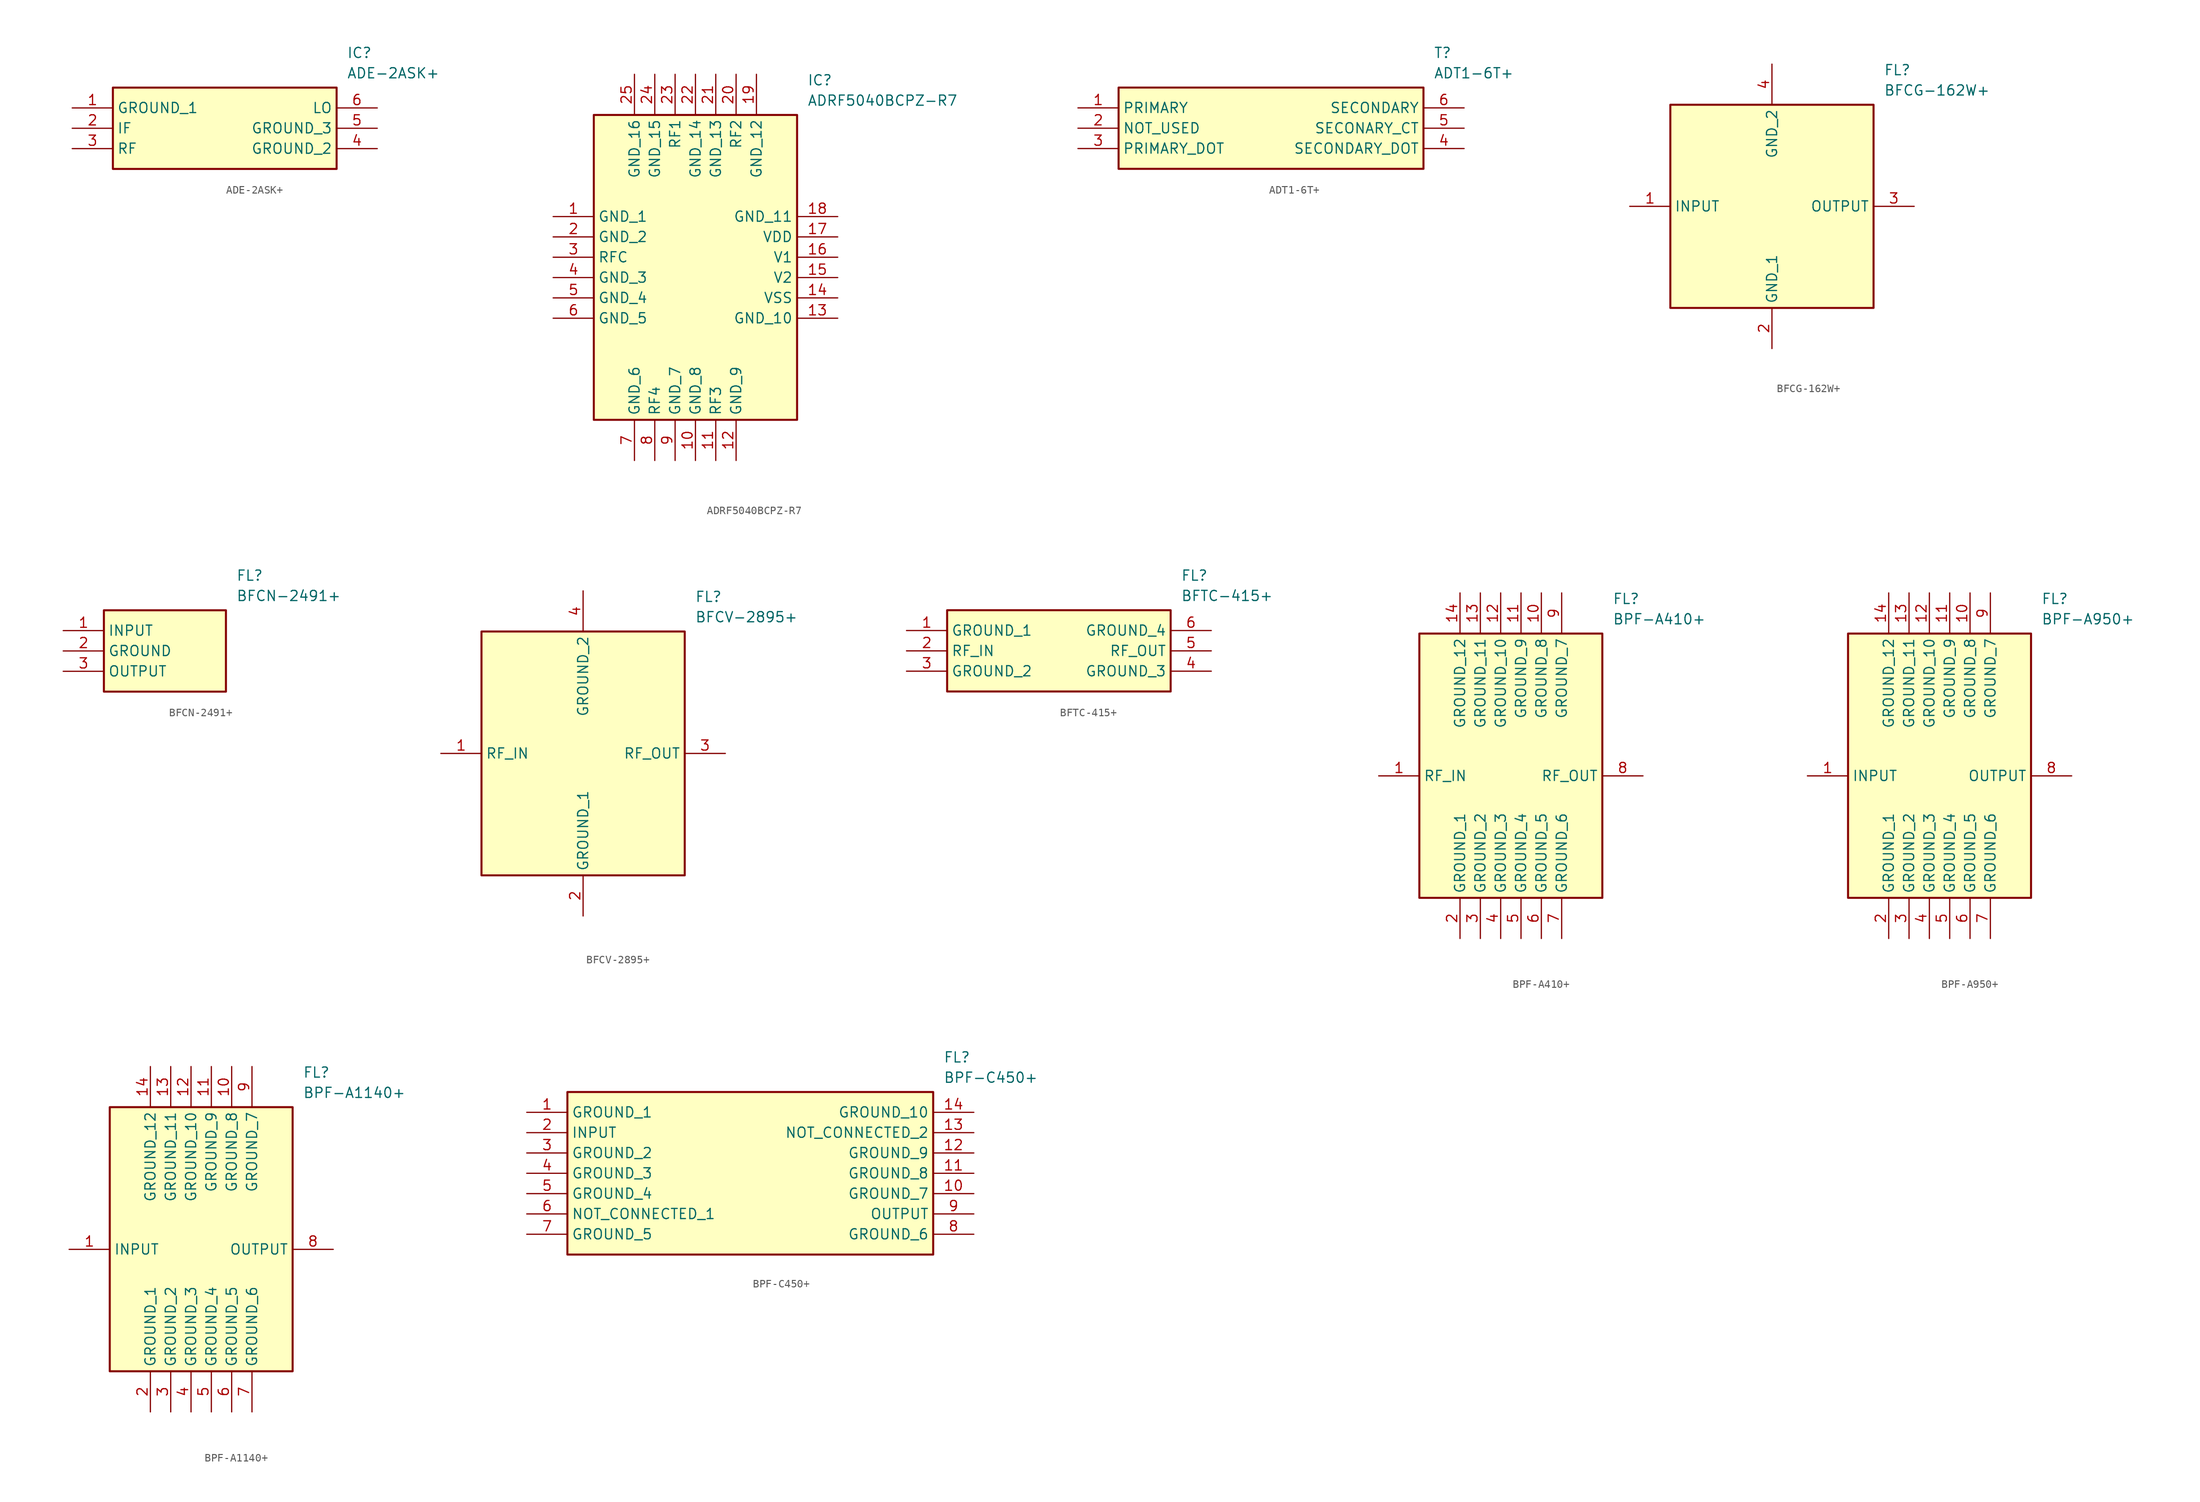
<source format=kicad_sym>
(kicad_symbol_lib
  (version 20220914)
  (generator kicad_symbol_editor)
  (symbol "ADE-2ASK+"
    (property "Reference" "IC"
      (at 34.29 7.62 0)
      (effects (font (size 1.27 1.27)) (justify left top)))
    (property "Value" "ADE-2ASK+"
      (at 34.29 5.08 0)
      (effects (font (size 1.27 1.27)) (justify left top)))
    (symbol "ADE-2ASK+_1_1"
      (rectangle (start 5.08 2.54) (end 33.02 -7.62) (stroke (width 0.254) (type default)) (fill (type background)))
      (pin passive line (at 0 0 0) (length 5.08) (name "GROUND_1" (effects (font (size 1.27 1.27)))) (number "1" (effects (font (size 1.27 1.27)))))
      (pin passive line (at 0 -2.54 0) (length 5.08) (name "IF" (effects (font (size 1.27 1.27)))) (number "2" (effects (font (size 1.27 1.27)))))
      (pin passive line (at 0 -5.08 0) (length 5.08) (name "RF" (effects (font (size 1.27 1.27)))) (number "3" (effects (font (size 1.27 1.27)))))
      (pin passive line (at 38.1 -5.08 180) (length 5.08) (name "GROUND_2" (effects (font (size 1.27 1.27)))) (number "4" (effects (font (size 1.27 1.27)))))
      (pin passive line (at 38.1 -2.54 180) (length 5.08) (name "GROUND_3" (effects (font (size 1.27 1.27)))) (number "5" (effects (font (size 1.27 1.27)))))
      (pin passive line (at 38.1 0 180) (length 5.08) (name "LO" (effects (font (size 1.27 1.27)))) (number "6" (effects (font (size 1.27 1.27)))))))
  (symbol "ADRF5040BCPZ-R7"
    (property "Reference" "IC"
      (at 31.75 17.78 0)
      (effects (font (size 1.27 1.27)) (justify left top)))
    (property "Value" "ADRF5040BCPZ-R7"
      (at 31.75 15.24 0)
      (effects (font (size 1.27 1.27)) (justify left top)))
    (symbol "ADRF5040BCPZ-R7_1_1"
      (rectangle (start 5.08 12.7) (end 30.48 -25.4) (stroke (width 0.254) (type default)) (fill (type background)))
      (pin passive line (at 0 0 0) (length 5.08) (name "GND_1" (effects (font (size 1.27 1.27)))) (number "1" (effects (font (size 1.27 1.27)))))
      (pin passive line (at 17.78 -30.48 90) (length 5.08) (name "GND_8" (effects (font (size 1.27 1.27)))) (number "10" (effects (font (size 1.27 1.27)))))
      (pin passive line (at 20.32 -30.48 90) (length 5.08) (name "RF3" (effects (font (size 1.27 1.27)))) (number "11" (effects (font (size 1.27 1.27)))))
      (pin passive line (at 22.86 -30.48 90) (length 5.08) (name "GND_9" (effects (font (size 1.27 1.27)))) (number "12" (effects (font (size 1.27 1.27)))))
      (pin passive line (at 35.56 -12.7 180) (length 5.08) (name "GND_10" (effects (font (size 1.27 1.27)))) (number "13" (effects (font (size 1.27 1.27)))))
      (pin passive line (at 35.56 -10.16 180) (length 5.08) (name "VSS" (effects (font (size 1.27 1.27)))) (number "14" (effects (font (size 1.27 1.27)))))
      (pin passive line (at 35.56 -7.62 180) (length 5.08) (name "V2" (effects (font (size 1.27 1.27)))) (number "15" (effects (font (size 1.27 1.27)))))
      (pin passive line (at 35.56 -5.08 180) (length 5.08) (name "V1" (effects (font (size 1.27 1.27)))) (number "16" (effects (font (size 1.27 1.27)))))
      (pin passive line (at 35.56 -2.54 180) (length 5.08) (name "VDD" (effects (font (size 1.27 1.27)))) (number "17" (effects (font (size 1.27 1.27)))))
      (pin passive line (at 35.56 0 180) (length 5.08) (name "GND_11" (effects (font (size 1.27 1.27)))) (number "18" (effects (font (size 1.27 1.27)))))
      (pin passive line (at 25.4 17.78 270) (length 5.08) (name "GND_12" (effects (font (size 1.27 1.27)))) (number "19" (effects (font (size 1.27 1.27)))))
      (pin passive line (at 0 -2.54 0) (length 5.08) (name "GND_2" (effects (font (size 1.27 1.27)))) (number "2" (effects (font (size 1.27 1.27)))))
      (pin passive line (at 22.86 17.78 270) (length 5.08) (name "RF2" (effects (font (size 1.27 1.27)))) (number "20" (effects (font (size 1.27 1.27)))))
      (pin passive line (at 20.32 17.78 270) (length 5.08) (name "GND_13" (effects (font (size 1.27 1.27)))) (number "21" (effects (font (size 1.27 1.27)))))
      (pin passive line (at 17.78 17.78 270) (length 5.08) (name "GND_14" (effects (font (size 1.27 1.27)))) (number "22" (effects (font (size 1.27 1.27)))))
      (pin passive line (at 15.24 17.78 270) (length 5.08) (name "RF1" (effects (font (size 1.27 1.27)))) (number "23" (effects (font (size 1.27 1.27)))))
      (pin passive line (at 12.7 17.78 270) (length 5.08) (name "GND_15" (effects (font (size 1.27 1.27)))) (number "24" (effects (font (size 1.27 1.27)))))
      (pin passive line (at 10.16 17.78 270) (length 5.08) (name "GND_16" (effects (font (size 1.27 1.27)))) (number "25" (effects (font (size 1.27 1.27)))))
      (pin passive line (at 0 -5.08 0) (length 5.08) (name "RFC" (effects (font (size 1.27 1.27)))) (number "3" (effects (font (size 1.27 1.27)))))
      (pin passive line (at 0 -7.62 0) (length 5.08) (name "GND_3" (effects (font (size 1.27 1.27)))) (number "4" (effects (font (size 1.27 1.27)))))
      (pin passive line (at 0 -10.16 0) (length 5.08) (name "GND_4" (effects (font (size 1.27 1.27)))) (number "5" (effects (font (size 1.27 1.27)))))
      (pin passive line (at 0 -12.7 0) (length 5.08) (name "GND_5" (effects (font (size 1.27 1.27)))) (number "6" (effects (font (size 1.27 1.27)))))
      (pin passive line (at 10.16 -30.48 90) (length 5.08) (name "GND_6" (effects (font (size 1.27 1.27)))) (number "7" (effects (font (size 1.27 1.27)))))
      (pin passive line (at 12.7 -30.48 90) (length 5.08) (name "RF4" (effects (font (size 1.27 1.27)))) (number "8" (effects (font (size 1.27 1.27)))))
      (pin passive line (at 15.24 -30.48 90) (length 5.08) (name "GND_7" (effects (font (size 1.27 1.27)))) (number "9" (effects (font (size 1.27 1.27)))))))
  (symbol "ADT1-6T+"
    (property "Reference" "T"
      (at 44.45 7.62 0)
      (effects (font (size 1.27 1.27)) (justify left top)))
    (property "Value" "ADT1-6T+"
      (at 44.45 5.08 0)
      (effects (font (size 1.27 1.27)) (justify left top)))
    (symbol "ADT1-6T+_1_1"
      (rectangle (start 5.08 2.54) (end 43.18 -7.62) (stroke (width 0.254) (type default)) (fill (type background)))
      (pin passive line (at 0 0 0) (length 5.08) (name "PRIMARY" (effects (font (size 1.27 1.27)))) (number "1" (effects (font (size 1.27 1.27)))))
      (pin passive line (at 0 -2.54 0) (length 5.08) (name "NOT_USED" (effects (font (size 1.27 1.27)))) (number "2" (effects (font (size 1.27 1.27)))))
      (pin passive line (at 0 -5.08 0) (length 5.08) (name "PRIMARY_DOT" (effects (font (size 1.27 1.27)))) (number "3" (effects (font (size 1.27 1.27)))))
      (pin passive line (at 48.26 -5.08 180) (length 5.08) (name "SECONDARY_DOT" (effects (font (size 1.27 1.27)))) (number "4" (effects (font (size 1.27 1.27)))))
      (pin passive line (at 48.26 -2.54 180) (length 5.08) (name "SECONARY_CT" (effects (font (size 1.27 1.27)))) (number "5" (effects (font (size 1.27 1.27)))))
      (pin passive line (at 48.26 0 180) (length 5.08) (name "SECONDARY" (effects (font (size 1.27 1.27)))) (number "6" (effects (font (size 1.27 1.27)))))))
  (symbol "BFCG-162W+"
    (property "Reference" "FL"
      (at 31.75 17.78 0)
      (effects (font (size 1.27 1.27)) (justify left top)))
    (property "Value" "BFCG-162W+"
      (at 31.75 15.24 0)
      (effects (font (size 1.27 1.27)) (justify left top)))
    (symbol "BFCG-162W+_1_1"
      (rectangle (start 5.08 12.7) (end 30.48 -12.7) (stroke (width 0.254) (type default)) (fill (type background)))
      (pin passive line (at 0 0 0) (length 5.08) (name "INPUT" (effects (font (size 1.27 1.27)))) (number "1" (effects (font (size 1.27 1.27)))))
      (pin passive line (at 17.78 -17.78 90) (length 5.08) (name "GND_1" (effects (font (size 1.27 1.27)))) (number "2" (effects (font (size 1.27 1.27)))))
      (pin passive line (at 35.56 0 180) (length 5.08) (name "OUTPUT" (effects (font (size 1.27 1.27)))) (number "3" (effects (font (size 1.27 1.27)))))
      (pin passive line (at 17.78 17.78 270) (length 5.08) (name "GND_2" (effects (font (size 1.27 1.27)))) (number "4" (effects (font (size 1.27 1.27)))))))
  (symbol "BFCN-2491+"
    (property "Reference" "FL"
      (at 21.59 7.62 0)
      (effects (font (size 1.27 1.27)) (justify left top)))
    (property "Value" "BFCN-2491+"
      (at 21.59 5.08 0)
      (effects (font (size 1.27 1.27)) (justify left top)))
    (symbol "BFCN-2491+_1_1"
      (rectangle (start 5.08 2.54) (end 20.32 -7.62) (stroke (width 0.254) (type default)) (fill (type background)))
      (pin passive line (at 0 0 0) (length 5.08) (name "INPUT" (effects (font (size 1.27 1.27)))) (number "1" (effects (font (size 1.27 1.27)))))
      (pin passive line (at 0 -2.54 0) (length 5.08) (name "GROUND" (effects (font (size 1.27 1.27)))) (number "2" (effects (font (size 1.27 1.27)))))
      (pin passive line (at 0 -5.08 0) (length 5.08) (name "OUTPUT" (effects (font (size 1.27 1.27)))) (number "3" (effects (font (size 1.27 1.27)))))))
  (symbol "BFCV-2895+"
    (property "Reference" "FL"
      (at 31.75 20.32 0)
      (effects (font (size 1.27 1.27)) (justify left top)))
    (property "Value" "BFCV-2895+"
      (at 31.75 17.78 0)
      (effects (font (size 1.27 1.27)) (justify left top)))
    (symbol "BFCV-2895+_1_1"
      (rectangle (start 5.08 15.24) (end 30.48 -15.24) (stroke (width 0.254) (type default)) (fill (type background)))
      (pin passive line (at 0 0 0) (length 5.08) (name "RF_IN" (effects (font (size 1.27 1.27)))) (number "1" (effects (font (size 1.27 1.27)))))
      (pin passive line (at 17.78 -20.32 90) (length 5.08) (name "GROUND_1" (effects (font (size 1.27 1.27)))) (number "2" (effects (font (size 1.27 1.27)))))
      (pin passive line (at 35.56 0 180) (length 5.08) (name "RF_OUT" (effects (font (size 1.27 1.27)))) (number "3" (effects (font (size 1.27 1.27)))))
      (pin passive line (at 17.78 20.32 270) (length 5.08) (name "GROUND_2" (effects (font (size 1.27 1.27)))) (number "4" (effects (font (size 1.27 1.27)))))))
  (symbol "BFTC-415+"
    (property "Reference" "FL"
      (at 34.29 7.62 0)
      (effects (font (size 1.27 1.27)) (justify left top)))
    (property "Value" "BFTC-415+"
      (at 34.29 5.08 0)
      (effects (font (size 1.27 1.27)) (justify left top)))
    (symbol "BFTC-415+_1_1"
      (rectangle (start 5.08 2.54) (end 33.02 -7.62) (stroke (width 0.254) (type default)) (fill (type background)))
      (pin passive line (at 0 0 0) (length 5.08) (name "GROUND_1" (effects (font (size 1.27 1.27)))) (number "1" (effects (font (size 1.27 1.27)))))
      (pin passive line (at 0 -2.54 0) (length 5.08) (name "RF_IN" (effects (font (size 1.27 1.27)))) (number "2" (effects (font (size 1.27 1.27)))))
      (pin passive line (at 0 -5.08 0) (length 5.08) (name "GROUND_2" (effects (font (size 1.27 1.27)))) (number "3" (effects (font (size 1.27 1.27)))))
      (pin passive line (at 38.1 -5.08 180) (length 5.08) (name "GROUND_3" (effects (font (size 1.27 1.27)))) (number "4" (effects (font (size 1.27 1.27)))))
      (pin passive line (at 38.1 -2.54 180) (length 5.08) (name "RF_OUT" (effects (font (size 1.27 1.27)))) (number "5" (effects (font (size 1.27 1.27)))))
      (pin passive line (at 38.1 0 180) (length 5.08) (name "GROUND_4" (effects (font (size 1.27 1.27)))) (number "6" (effects (font (size 1.27 1.27)))))))
  (symbol "BPF-A410+"
    (property "Reference" "FL"
      (at 29.21 22.86 0)
      (effects (font (size 1.27 1.27)) (justify left top)))
    (property "Value" "BPF-A410+"
      (at 29.21 20.32 0)
      (effects (font (size 1.27 1.27)) (justify left top)))
    (symbol "BPF-A410+_1_1"
      (rectangle (start 5.08 17.78) (end 27.94 -15.24) (stroke (width 0.254) (type default)) (fill (type background)))
      (pin passive line (at 0 0 0) (length 5.08) (name "RF_IN" (effects (font (size 1.27 1.27)))) (number "1" (effects (font (size 1.27 1.27)))))
      (pin passive line (at 20.32 22.86 270) (length 5.08) (name "GROUND_8" (effects (font (size 1.27 1.27)))) (number "10" (effects (font (size 1.27 1.27)))))
      (pin passive line (at 17.78 22.86 270) (length 5.08) (name "GROUND_9" (effects (font (size 1.27 1.27)))) (number "11" (effects (font (size 1.27 1.27)))))
      (pin passive line (at 15.24 22.86 270) (length 5.08) (name "GROUND_10" (effects (font (size 1.27 1.27)))) (number "12" (effects (font (size 1.27 1.27)))))
      (pin passive line (at 12.7 22.86 270) (length 5.08) (name "GROUND_11" (effects (font (size 1.27 1.27)))) (number "13" (effects (font (size 1.27 1.27)))))
      (pin passive line (at 10.16 22.86 270) (length 5.08) (name "GROUND_12" (effects (font (size 1.27 1.27)))) (number "14" (effects (font (size 1.27 1.27)))))
      (pin passive line (at 10.16 -20.32 90) (length 5.08) (name "GROUND_1" (effects (font (size 1.27 1.27)))) (number "2" (effects (font (size 1.27 1.27)))))
      (pin passive line (at 12.7 -20.32 90) (length 5.08) (name "GROUND_2" (effects (font (size 1.27 1.27)))) (number "3" (effects (font (size 1.27 1.27)))))
      (pin passive line (at 15.24 -20.32 90) (length 5.08) (name "GROUND_3" (effects (font (size 1.27 1.27)))) (number "4" (effects (font (size 1.27 1.27)))))
      (pin passive line (at 17.78 -20.32 90) (length 5.08) (name "GROUND_4" (effects (font (size 1.27 1.27)))) (number "5" (effects (font (size 1.27 1.27)))))
      (pin passive line (at 20.32 -20.32 90) (length 5.08) (name "GROUND_5" (effects (font (size 1.27 1.27)))) (number "6" (effects (font (size 1.27 1.27)))))
      (pin passive line (at 22.86 -20.32 90) (length 5.08) (name "GROUND_6" (effects (font (size 1.27 1.27)))) (number "7" (effects (font (size 1.27 1.27)))))
      (pin passive line (at 33.02 0 180) (length 5.08) (name "RF_OUT" (effects (font (size 1.27 1.27)))) (number "8" (effects (font (size 1.27 1.27)))))
      (pin passive line (at 22.86 22.86 270) (length 5.08) (name "GROUND_7" (effects (font (size 1.27 1.27)))) (number "9" (effects (font (size 1.27 1.27)))))))
  (symbol "BPF-A950+"
    (property "Reference" "FL"
      (at 29.21 22.86 0)
      (effects (font (size 1.27 1.27)) (justify left top)))
    (property "Value" "BPF-A950+"
      (at 29.21 20.32 0)
      (effects (font (size 1.27 1.27)) (justify left top)))
    (symbol "BPF-A950+_1_1"
      (rectangle (start 5.08 17.78) (end 27.94 -15.24) (stroke (width 0.254) (type default)) (fill (type background)))
      (pin passive line (at 0 0 0) (length 5.08) (name "INPUT" (effects (font (size 1.27 1.27)))) (number "1" (effects (font (size 1.27 1.27)))))
      (pin passive line (at 20.32 22.86 270) (length 5.08) (name "GROUND_8" (effects (font (size 1.27 1.27)))) (number "10" (effects (font (size 1.27 1.27)))))
      (pin passive line (at 17.78 22.86 270) (length 5.08) (name "GROUND_9" (effects (font (size 1.27 1.27)))) (number "11" (effects (font (size 1.27 1.27)))))
      (pin passive line (at 15.24 22.86 270) (length 5.08) (name "GROUND_10" (effects (font (size 1.27 1.27)))) (number "12" (effects (font (size 1.27 1.27)))))
      (pin passive line (at 12.7 22.86 270) (length 5.08) (name "GROUND_11" (effects (font (size 1.27 1.27)))) (number "13" (effects (font (size 1.27 1.27)))))
      (pin passive line (at 10.16 22.86 270) (length 5.08) (name "GROUND_12" (effects (font (size 1.27 1.27)))) (number "14" (effects (font (size 1.27 1.27)))))
      (pin passive line (at 10.16 -20.32 90) (length 5.08) (name "GROUND_1" (effects (font (size 1.27 1.27)))) (number "2" (effects (font (size 1.27 1.27)))))
      (pin passive line (at 12.7 -20.32 90) (length 5.08) (name "GROUND_2" (effects (font (size 1.27 1.27)))) (number "3" (effects (font (size 1.27 1.27)))))
      (pin passive line (at 15.24 -20.32 90) (length 5.08) (name "GROUND_3" (effects (font (size 1.27 1.27)))) (number "4" (effects (font (size 1.27 1.27)))))
      (pin passive line (at 17.78 -20.32 90) (length 5.08) (name "GROUND_4" (effects (font (size 1.27 1.27)))) (number "5" (effects (font (size 1.27 1.27)))))
      (pin passive line (at 20.32 -20.32 90) (length 5.08) (name "GROUND_5" (effects (font (size 1.27 1.27)))) (number "6" (effects (font (size 1.27 1.27)))))
      (pin passive line (at 22.86 -20.32 90) (length 5.08) (name "GROUND_6" (effects (font (size 1.27 1.27)))) (number "7" (effects (font (size 1.27 1.27)))))
      (pin passive line (at 33.02 0 180) (length 5.08) (name "OUTPUT" (effects (font (size 1.27 1.27)))) (number "8" (effects (font (size 1.27 1.27)))))
      (pin passive line (at 22.86 22.86 270) (length 5.08) (name "GROUND_7" (effects (font (size 1.27 1.27)))) (number "9" (effects (font (size 1.27 1.27)))))))
  (symbol "BPF-A1140+"
    (property "Reference" "FL"
      (at 29.21 22.86 0)
      (effects (font (size 1.27 1.27)) (justify left top)))
    (property "Value" "BPF-A1140+"
      (at 29.21 20.32 0)
      (effects (font (size 1.27 1.27)) (justify left top)))
    (symbol "BPF-A1140+_1_1"
      (rectangle (start 5.08 17.78) (end 27.94 -15.24) (stroke (width 0.254) (type default)) (fill (type background)))
      (pin passive line (at 0 0 0) (length 5.08) (name "INPUT" (effects (font (size 1.27 1.27)))) (number "1" (effects (font (size 1.27 1.27)))))
      (pin passive line (at 20.32 22.86 270) (length 5.08) (name "GROUND_8" (effects (font (size 1.27 1.27)))) (number "10" (effects (font (size 1.27 1.27)))))
      (pin passive line (at 17.78 22.86 270) (length 5.08) (name "GROUND_9" (effects (font (size 1.27 1.27)))) (number "11" (effects (font (size 1.27 1.27)))))
      (pin passive line (at 15.24 22.86 270) (length 5.08) (name "GROUND_10" (effects (font (size 1.27 1.27)))) (number "12" (effects (font (size 1.27 1.27)))))
      (pin passive line (at 12.7 22.86 270) (length 5.08) (name "GROUND_11" (effects (font (size 1.27 1.27)))) (number "13" (effects (font (size 1.27 1.27)))))
      (pin passive line (at 10.16 22.86 270) (length 5.08) (name "GROUND_12" (effects (font (size 1.27 1.27)))) (number "14" (effects (font (size 1.27 1.27)))))
      (pin passive line (at 10.16 -20.32 90) (length 5.08) (name "GROUND_1" (effects (font (size 1.27 1.27)))) (number "2" (effects (font (size 1.27 1.27)))))
      (pin passive line (at 12.7 -20.32 90) (length 5.08) (name "GROUND_2" (effects (font (size 1.27 1.27)))) (number "3" (effects (font (size 1.27 1.27)))))
      (pin passive line (at 15.24 -20.32 90) (length 5.08) (name "GROUND_3" (effects (font (size 1.27 1.27)))) (number "4" (effects (font (size 1.27 1.27)))))
      (pin passive line (at 17.78 -20.32 90) (length 5.08) (name "GROUND_4" (effects (font (size 1.27 1.27)))) (number "5" (effects (font (size 1.27 1.27)))))
      (pin passive line (at 20.32 -20.32 90) (length 5.08) (name "GROUND_5" (effects (font (size 1.27 1.27)))) (number "6" (effects (font (size 1.27 1.27)))))
      (pin passive line (at 22.86 -20.32 90) (length 5.08) (name "GROUND_6" (effects (font (size 1.27 1.27)))) (number "7" (effects (font (size 1.27 1.27)))))
      (pin passive line (at 33.02 0 180) (length 5.08) (name "OUTPUT" (effects (font (size 1.27 1.27)))) (number "8" (effects (font (size 1.27 1.27)))))
      (pin passive line (at 22.86 22.86 270) (length 5.08) (name "GROUND_7" (effects (font (size 1.27 1.27)))) (number "9" (effects (font (size 1.27 1.27)))))))
  (symbol "BPF-C450+"
    (property "Reference" "FL"
      (at 52.07 7.62 0)
      (effects (font (size 1.27 1.27)) (justify left top)))
    (property "Value" "BPF-C450+"
      (at 52.07 5.08 0)
      (effects (font (size 1.27 1.27)) (justify left top)))
    (symbol "BPF-C450+_1_1"
      (rectangle (start 5.08 2.54) (end 50.8 -17.78) (stroke (width 0.254) (type default)) (fill (type background)))
      (pin passive line (at 0 0 0) (length 5.08) (name "GROUND_1" (effects (font (size 1.27 1.27)))) (number "1" (effects (font (size 1.27 1.27)))))
      (pin passive line (at 55.88 -10.16 180) (length 5.08) (name "GROUND_7" (effects (font (size 1.27 1.27)))) (number "10" (effects (font (size 1.27 1.27)))))
      (pin passive line (at 55.88 -7.62 180) (length 5.08) (name "GROUND_8" (effects (font (size 1.27 1.27)))) (number "11" (effects (font (size 1.27 1.27)))))
      (pin passive line (at 55.88 -5.08 180) (length 5.08) (name "GROUND_9" (effects (font (size 1.27 1.27)))) (number "12" (effects (font (size 1.27 1.27)))))
      (pin passive line (at 55.88 -2.54 180) (length 5.08) (name "NOT_CONNECTED_2" (effects (font (size 1.27 1.27)))) (number "13" (effects (font (size 1.27 1.27)))))
      (pin passive line (at 55.88 0 180) (length 5.08) (name "GROUND_10" (effects (font (size 1.27 1.27)))) (number "14" (effects (font (size 1.27 1.27)))))
      (pin passive line (at 0 -2.54 0) (length 5.08) (name "INPUT" (effects (font (size 1.27 1.27)))) (number "2" (effects (font (size 1.27 1.27)))))
      (pin passive line (at 0 -5.08 0) (length 5.08) (name "GROUND_2" (effects (font (size 1.27 1.27)))) (number "3" (effects (font (size 1.27 1.27)))))
      (pin passive line (at 0 -7.62 0) (length 5.08) (name "GROUND_3" (effects (font (size 1.27 1.27)))) (number "4" (effects (font (size 1.27 1.27)))))
      (pin passive line (at 0 -10.16 0) (length 5.08) (name "GROUND_4" (effects (font (size 1.27 1.27)))) (number "5" (effects (font (size 1.27 1.27)))))
      (pin passive line (at 0 -12.7 0) (length 5.08) (name "NOT_CONNECTED_1" (effects (font (size 1.27 1.27)))) (number "6" (effects (font (size 1.27 1.27)))))
      (pin passive line (at 0 -15.24 0) (length 5.08) (name "GROUND_5" (effects (font (size 1.27 1.27)))) (number "7" (effects (font (size 1.27 1.27)))))
      (pin passive line (at 55.88 -15.24 180) (length 5.08) (name "GROUND_6" (effects (font (size 1.27 1.27)))) (number "8" (effects (font (size 1.27 1.27)))))
      (pin passive line (at 55.88 -12.7 180) (length 5.08) (name "OUTPUT" (effects (font (size 1.27 1.27)))) (number "9" (effects (font (size 1.27 1.27))))))))
</source>
